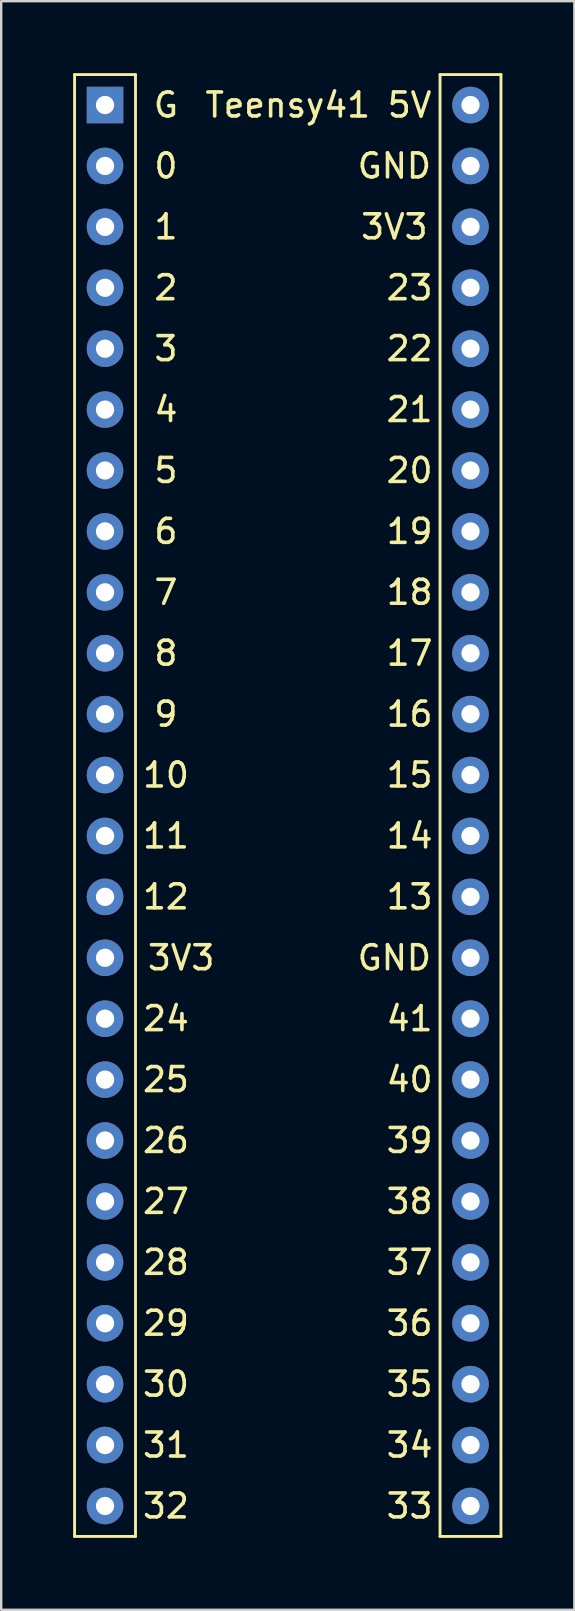
<source format=kicad_pcb>
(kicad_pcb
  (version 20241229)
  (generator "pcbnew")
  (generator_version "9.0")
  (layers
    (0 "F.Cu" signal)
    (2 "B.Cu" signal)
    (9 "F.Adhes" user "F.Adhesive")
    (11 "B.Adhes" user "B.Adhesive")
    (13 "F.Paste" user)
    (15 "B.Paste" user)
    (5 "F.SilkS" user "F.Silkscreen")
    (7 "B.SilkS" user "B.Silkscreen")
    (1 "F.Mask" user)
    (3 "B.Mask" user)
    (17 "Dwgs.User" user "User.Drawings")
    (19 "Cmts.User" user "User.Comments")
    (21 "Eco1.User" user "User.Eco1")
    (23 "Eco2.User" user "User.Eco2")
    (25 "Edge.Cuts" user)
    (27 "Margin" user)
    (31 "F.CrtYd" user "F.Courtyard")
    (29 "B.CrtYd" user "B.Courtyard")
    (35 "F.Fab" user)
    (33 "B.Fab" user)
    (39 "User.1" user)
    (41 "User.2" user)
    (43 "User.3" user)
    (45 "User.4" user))
  (footprint "Teensy41"
    (layer "F.Cu")
    (at 8.95 26.73)
    (property "Reference" "Teensy41" (at 0 -25.4 0) (layer "F.SilkS") (effects (font (size 1 1) (thickness 0.15))))
    (attr through_hole)
    (fp_line (start -8.89 -26.67) (end -6.35 -26.67) (stroke (width 0.12) (type solid)) (layer "F.SilkS"))
    (fp_line (start -8.89 34.29) (end -8.89 -26.67) (stroke (width 0.12) (type solid)) (layer "F.SilkS"))
    (fp_line (start -6.35 -26.67) (end -6.35 34.29) (stroke (width 0.12) (type solid)) (layer "F.SilkS"))
    (fp_line (start -6.35 34.29) (end -8.89 34.29) (stroke (width 0.12) (type solid)) (layer "F.SilkS"))
    (fp_line (start 6.35 -26.67) (end 8.89 -26.67) (stroke (width 0.12) (type solid)) (layer "F.SilkS"))
    (fp_line (start 6.35 34.29) (end 6.35 -26.67) (stroke (width 0.12) (type solid)) (layer "F.SilkS"))
    (fp_line (start 8.89 -26.67) (end 8.89 34.29) (stroke (width 0.12) (type solid)) (layer "F.SilkS"))
    (fp_line (start 8.89 34.29) (end 6.35 34.29) (stroke (width 0.12) (type solid)) (layer "F.SilkS"))
    (fp_text user "4" (at -5.08 -12.7 0) (layer "F.SilkS") (effects (font (size 1 1) (thickness 0.15))))
    (fp_text user "1" (at -5.08 -20.32 0) (layer "F.SilkS") (effects (font (size 1 1) (thickness 0.15))))
    (fp_text user "G" (at -5.08 -25.4 0) (layer "F.SilkS") (effects (font (size 1 1) (thickness 0.15))))
    (fp_text user "23" (at 5.08 -17.78 0) (layer "F.SilkS") (effects (font (size 1 1) (thickness 0.15))))
    (fp_text user "21" (at 5.08 -12.7 0) (layer "F.SilkS") (effects (font (size 1 1) (thickness 0.15))))
    (fp_text user "18" (at 5.08 -5.08 0) (layer "F.SilkS") (effects (font (size 1 1) (thickness 0.15))))
    (fp_text user "7" (at -5.08 -5.08 0) (layer "F.SilkS") (effects (font (size 1 1) (thickness 0.15))))
    (fp_text user "5" (at -5.08 -10.16 0) (layer "F.SilkS") (effects (font (size 1 1) (thickness 0.15))))
    (fp_text user "24" (at -5.08 12.7 0) (layer "F.SilkS") (effects (font (size 1 1) (thickness 0.15))))
    (fp_text user "38" (at 5.08 20.32 0) (layer "F.SilkS") (effects (font (size 1 1) (thickness 0.15))))
    (fp_text user "12" (at -5.08 7.62 0) (layer "F.SilkS") (effects (font (size 1 1) (thickness 0.15))))
    (fp_text user "36" (at 5.08 25.4 0) (layer "F.SilkS") (effects (font (size 1 1) (thickness 0.15))))
    (fp_text user "14" (at 5.08 5.08 0) (layer "F.SilkS") (effects (font (size 1 1) (thickness 0.15))))
    (fp_text user "3" (at -5.08 -15.24 0) (layer "F.SilkS") (effects (font (size 1 1) (thickness 0.15))))
    (fp_text user "20" (at 5.08 -10.16 0) (layer "F.SilkS") (effects (font (size 1 1) (thickness 0.15))))
    (fp_text user "16" (at 5.08 0 0) (layer "F.SilkS") (effects (font (size 1 1) (thickness 0.15))))
    (fp_text user "32" (at -5.08 33.02 0) (layer "F.SilkS") (effects (font (size 1 1) (thickness 0.15))))
    (fp_text user "28" (at -5.08 22.86 0) (layer "F.SilkS") (effects (font (size 1 1) (thickness 0.15))))
    (fp_text user "17" (at 5.08 -2.54 0) (layer "F.SilkS") (effects (font (size 1 1) (thickness 0.15))))
    (fp_text user "35" (at 5.08 27.94 0) (layer "F.SilkS") (effects (font (size 1 1) (thickness 0.15))))
    (fp_text user "39" (at 5.08 17.78 0) (layer "F.SilkS") (effects (font (size 1 1) (thickness 0.15))))
    (fp_text user "6" (at -5.08 -7.62 0) (layer "F.SilkS") (effects (font (size 1 1) (thickness 0.15))))
    (fp_text user "34" (at 5.08 30.48 0) (layer "F.SilkS") (effects (font (size 1 1) (thickness 0.15))))
    (fp_text user "25" (at -5.08 15.24 0) (layer "F.SilkS") (effects (font (size 1 1) (thickness 0.15))))
    (fp_text user "19" (at 5.08 -7.62 0) (layer "F.SilkS") (effects (font (size 1 1) (thickness 0.15))))
    (fp_text user "27" (at -5.08 20.32 0) (layer "F.SilkS") (effects (font (size 1 1) (thickness 0.15))))
    (fp_text user "22" (at 5.08 -15.24 0) (layer "F.SilkS") (effects (font (size 1 1) (thickness 0.15))))
    (fp_text user "31" (at -5.08 30.48 0) (layer "F.SilkS") (effects (font (size 1 1) (thickness 0.15))))
    (fp_text user "2" (at -5.08 -17.78 0) (layer "F.SilkS") (effects (font (size 1 1) (thickness 0.15))))
    (fp_text user "40" (at 5.08 15.24 0) (layer "F.SilkS") (effects (font (size 1 1) (thickness 0.15))))
    (fp_text user "3V3" (at 4.445 -20.32 0) (layer "F.SilkS") (effects (font (size 1 1) (thickness 0.15))))
    (fp_text user "30" (at -5.08 27.94 0) (layer "F.SilkS") (effects (font (size 1 1) (thickness 0.15))))
    (fp_text user "33" (at 5.08 33.02 0) (layer "F.SilkS") (effects (font (size 1 1) (thickness 0.15))))
    (fp_text user "11" (at -5.08 5.08 0) (layer "F.SilkS") (effects (font (size 1 1) (thickness 0.15))))
    (fp_text user "8" (at -5.08 -2.54 0) (layer "F.SilkS") (effects (font (size 1 1) (thickness 0.15))))
    (fp_text user "37" (at 5.08 22.86 0) (layer "F.SilkS") (effects (font (size 1 1) (thickness 0.15))))
    (fp_text user "26" (at -5.08 17.78 0) (layer "F.SilkS") (effects (font (size 1 1) (thickness 0.15))))
    (fp_text user "15" (at 5.08 2.54 0) (layer "F.SilkS") (effects (font (size 1 1) (thickness 0.15))))
    (fp_text user "29" (at -5.08 25.4 0) (layer "F.SilkS") (effects (font (size 1 1) (thickness 0.15))))
    (fp_text user "13" (at 5.08 7.62 0) (layer "F.SilkS") (effects (font (size 1 1) (thickness 0.15))))
    (fp_text user "GND" (at 4.445 10.16 0) (layer "F.SilkS") (effects (font (size 1 1) (thickness 0.15))))
    (fp_text user "GND" (at 4.445 -22.86 0) (layer "F.SilkS") (effects (font (size 1 1) (thickness 0.15))))
    (fp_text user "41" (at 5.08 12.7 0) (layer "F.SilkS") (effects (font (size 1 1) (thickness 0.15))))
    (fp_text user "3V3" (at -4.445 10.16 0) (layer "F.SilkS") (effects (font (size 1 1) (thickness 0.15))))
    (fp_text user "5V" (at 5.08 -25.4 0) (layer "F.SilkS") (effects (font (size 1 1) (thickness 0.15))))
    (fp_text user "9" (at -5.08 0 0) (layer "F.SilkS") (effects (font (size 1 1) (thickness 0.15))))
    (fp_text user "10" (at -5.08 2.54 0) (layer "F.SilkS") (effects (font (size 1 1) (thickness 0.15))))
    (fp_text user "0" (at -5.08 -22.86 0) (layer "F.SilkS") (effects (font (size 1 1) (thickness 0.15))))
    (pad "1" thru_hole rect (at -7.62 -25.4) (size 1.524 1.524) (drill 0.762) (layers "*.Cu" "*.Mask"))
    (pad "2" thru_hole circle (at -7.62 -22.86) (size 1.524 1.524) (drill 0.762) (layers "*.Cu" "*.Mask"))
    (pad "3" thru_hole circle (at -7.62 -20.32) (size 1.524 1.524) (drill 0.762) (layers "*.Cu" "*.Mask"))
    (pad "4" thru_hole circle (at -7.62 -17.78) (size 1.524 1.524) (drill 0.762) (layers "*.Cu" "*.Mask"))
    (pad "5" thru_hole circle (at -7.62 -15.24) (size 1.524 1.524) (drill 0.762) (layers "*.Cu" "*.Mask"))
    (pad "6" thru_hole circle (at -7.62 -12.7) (size 1.524 1.524) (drill 0.762) (layers "*.Cu" "*.Mask"))
    (pad "7" thru_hole circle (at -7.62 -10.16) (size 1.524 1.524) (drill 0.762) (layers "*.Cu" "*.Mask"))
    (pad "8" thru_hole circle (at -7.62 -7.62) (size 1.524 1.524) (drill 0.762) (layers "*.Cu" "*.Mask"))
    (pad "9" thru_hole circle (at -7.62 -5.08) (size 1.524 1.524) (drill 0.762) (layers "*.Cu" "*.Mask"))
    (pad "10" thru_hole circle (at -7.62 -2.54) (size 1.524 1.524) (drill 0.762) (layers "*.Cu" "*.Mask"))
    (pad "11" thru_hole circle (at -7.62 0) (size 1.524 1.524) (drill 0.762) (layers "*.Cu" "*.Mask"))
    (pad "12" thru_hole circle (at -7.62 2.54) (size 1.524 1.524) (drill 0.762) (layers "*.Cu" "*.Mask"))
    (pad "13" thru_hole circle (at -7.62 5.08) (size 1.524 1.524) (drill 0.762) (layers "*.Cu" "*.Mask"))
    (pad "14" thru_hole circle (at -7.62 7.62) (size 1.524 1.524) (drill 0.762) (layers "*.Cu" "*.Mask"))
    (pad "15" thru_hole circle (at -7.62 10.16) (size 1.524 1.524) (drill 0.762) (layers "*.Cu" "*.Mask"))
    (pad "16" thru_hole circle (at -7.62 12.7) (size 1.524 1.524) (drill 0.762) (layers "*.Cu" "*.Mask"))
    (pad "17" thru_hole circle (at -7.62 15.24) (size 1.524 1.524) (drill 0.762) (layers "*.Cu" "*.Mask"))
    (pad "18" thru_hole circle (at -7.62 17.78) (size 1.524 1.524) (drill 0.762) (layers "*.Cu" "*.Mask"))
    (pad "19" thru_hole circle (at -7.62 20.32) (size 1.524 1.524) (drill 0.762) (layers "*.Cu" "*.Mask"))
    (pad "20" thru_hole circle (at -7.62 22.86) (size 1.524 1.524) (drill 0.762) (layers "*.Cu" "*.Mask"))
    (pad "21" thru_hole circle (at -7.62 25.4) (size 1.524 1.524) (drill 0.762) (layers "*.Cu" "*.Mask"))
    (pad "22" thru_hole circle (at -7.62 27.94) (size 1.524 1.524) (drill 0.762) (layers "*.Cu" "*.Mask"))
    (pad "23" thru_hole circle (at -7.62 30.48) (size 1.524 1.524) (drill 0.762) (layers "*.Cu" "*.Mask"))
    (pad "24" thru_hole circle (at -7.62 33.02) (size 1.524 1.524) (drill 0.762) (layers "*.Cu" "*.Mask"))
    (pad "25" thru_hole circle (at 7.62 33.02) (size 1.524 1.524) (drill 0.762) (layers "*.Cu" "*.Mask"))
    (pad "26" thru_hole circle (at 7.62 30.48) (size 1.524 1.524) (drill 0.762) (layers "*.Cu" "*.Mask"))
    (pad "27" thru_hole circle (at 7.62 27.94) (size 1.524 1.524) (drill 0.762) (layers "*.Cu" "*.Mask"))
    (pad "28" thru_hole circle (at 7.62 25.4) (size 1.524 1.524) (drill 0.762) (layers "*.Cu" "*.Mask"))
    (pad "29" thru_hole circle (at 7.62 22.86) (size 1.524 1.524) (drill 0.762) (layers "*.Cu" "*.Mask"))
    (pad "30" thru_hole circle (at 7.62 20.32) (size 1.524 1.524) (drill 0.762) (layers "*.Cu" "*.Mask"))
    (pad "31" thru_hole circle (at 7.62 17.78) (size 1.524 1.524) (drill 0.762) (layers "*.Cu" "*.Mask"))
    (pad "32" thru_hole circle (at 7.62 15.24) (size 1.524 1.524) (drill 0.762) (layers "*.Cu" "*.Mask"))
    (pad "33" thru_hole circle (at 7.62 12.7) (size 1.524 1.524) (drill 0.762) (layers "*.Cu" "*.Mask"))
    (pad "34" thru_hole circle (at 7.62 10.16) (size 1.524 1.524) (drill 0.762) (layers "*.Cu" "*.Mask"))
    (pad "35" thru_hole circle (at 7.62 7.62) (size 1.524 1.524) (drill 0.762) (layers "*.Cu" "*.Mask"))
    (pad "36" thru_hole circle (at 7.62 5.08) (size 1.524 1.524) (drill 0.762) (layers "*.Cu" "*.Mask"))
    (pad "37" thru_hole circle (at 7.62 2.54) (size 1.524 1.524) (drill 0.762) (layers "*.Cu" "*.Mask"))
    (pad "38" thru_hole circle (at 7.62 0) (size 1.524 1.524) (drill 0.762) (layers "*.Cu" "*.Mask"))
    (pad "39" thru_hole circle (at 7.62 -2.54) (size 1.524 1.524) (drill 0.762) (layers "*.Cu" "*.Mask"))
    (pad "40" thru_hole circle (at 7.62 -5.08) (size 1.524 1.524) (drill 0.762) (layers "*.Cu" "*.Mask"))
    (pad "41" thru_hole circle (at 7.62 -7.62) (size 1.524 1.524) (drill 0.762) (layers "*.Cu" "*.Mask"))
    (pad "42" thru_hole circle (at 7.62 -10.16) (size 1.524 1.524) (drill 0.762) (layers "*.Cu" "*.Mask"))
    (pad "43" thru_hole circle (at 7.62 -12.7) (size 1.524 1.524) (drill 0.762) (layers "*.Cu" "*.Mask"))
    (pad "44" thru_hole circle (at 7.62 -15.24) (size 1.524 1.524) (drill 0.762) (layers "*.Cu" "*.Mask"))
    (pad "45" thru_hole circle (at 7.62 -17.78) (size 1.524 1.524) (drill 0.762) (layers "*.Cu" "*.Mask"))
    (pad "46" thru_hole circle (at 7.62 -20.32) (size 1.524 1.524) (drill 0.762) (layers "*.Cu" "*.Mask"))
    (pad "47" thru_hole circle (at 7.62 -22.86) (size 1.524 1.524) (drill 0.762) (layers "*.Cu" "*.Mask"))
    (pad "48" thru_hole circle (at 7.62 -25.4) (size 1.524 1.524) (drill 0.762) (layers "*.Cu" "*.Mask")))
  (gr_rect
    (start -3 -3)
    (end 20.9 64.08)
    (stroke (width 0.1) (type default))
    (fill no)
    (layer "Edge.Cuts")))
</source>
